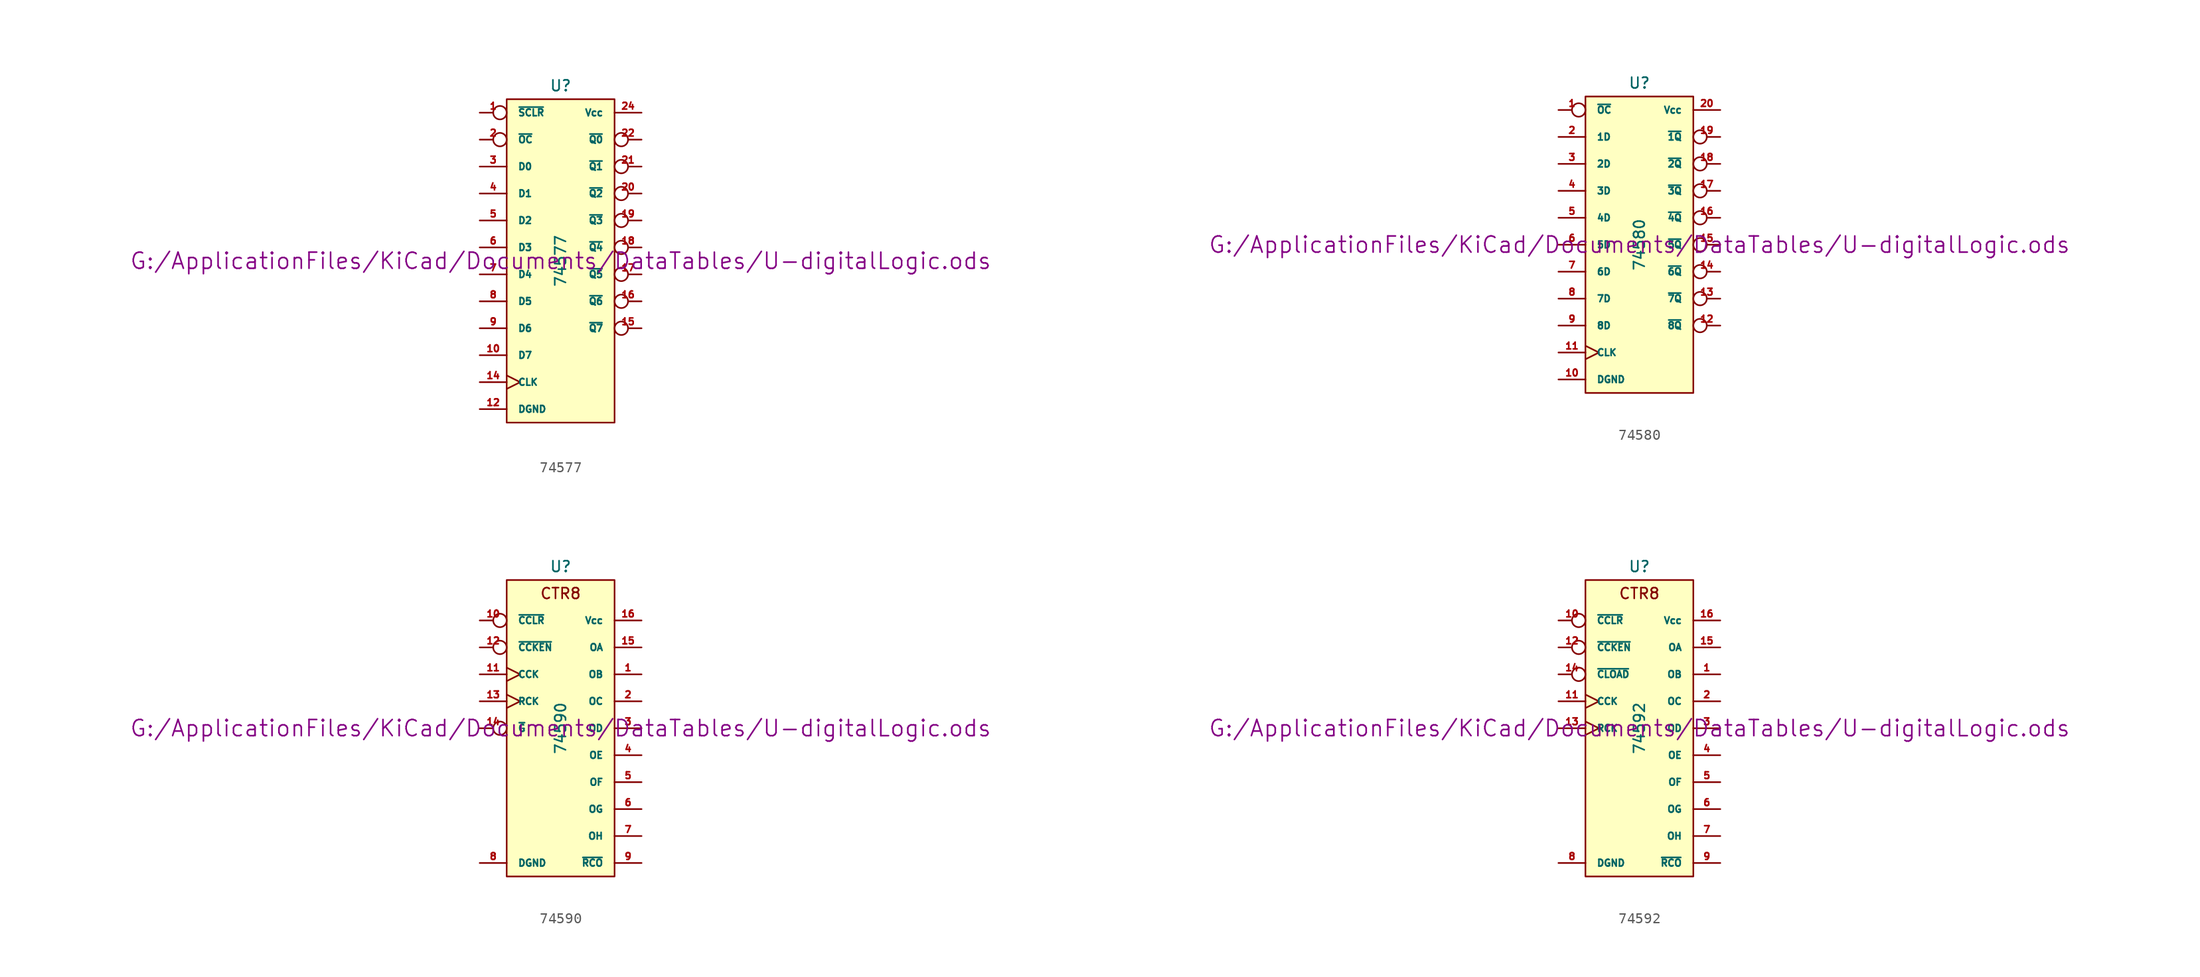
<source format=kicad_sym>
(kicad_symbol_lib
  (version 20211014)
  (generator kicad_symbol_editor)
  (symbol "74577"
    (pin_names
      (offset 1.016))
    (property "Reference" "U"
      (at 0 16.51 0)
      (effects (font (size 1.016 1.016))))
    (property "Value" "74577"
      (at 0 0 90)
      (effects (font (size 1.016 1.016))))
    (property "Footprint" ""
      (at 0 0 0)
      (effects (font (size 1.524 1.524))))
    (property "Datasheet" "G:/ApplicationFiles/KiCad/Documents/DataTables/U-digitalLogic.ods"
      (at 0 0 0)
      (effects (font (size 1.524 1.524))))
    (symbol "74577_0_1"
      (rectangle (start -5.08 15.24) (end 5.08 -15.24) (stroke (width 0) (type default) (color 0 0 0 0)) (fill (type background))))
    (symbol "74577_1_1"
      (pin input inverted (at -7.62 13.97 0) (length 2.54) (name "~{SCLR}" (effects (font (size 0.635 0.635)))) (number "1" (effects (font (size 0.635 0.635)))))
      (pin input line (at -7.62 -8.89 0) (length 2.54) (name "D7" (effects (font (size 0.635 0.635)))) (number "10" (effects (font (size 0.635 0.635)))))
      (pin power_in line (at -7.62 -13.97 0) (length 2.54) (name "DGND" (effects (font (size 0.635 0.635)))) (number "12" (effects (font (size 0.635 0.635)))))
      (pin input clock (at -7.62 -11.43 0) (length 2.54) (name "CLK" (effects (font (size 0.635 0.635)))) (number "14" (effects (font (size 0.635 0.635)))))
      (pin tri_state inverted (at 7.62 -6.35 180) (length 2.54) (name "~{Q7}" (effects (font (size 0.635 0.635)))) (number "15" (effects (font (size 0.635 0.635)))))
      (pin tri_state inverted (at 7.62 -3.81 180) (length 2.54) (name "~{Q6}" (effects (font (size 0.635 0.635)))) (number "16" (effects (font (size 0.635 0.635)))))
      (pin tri_state inverted (at 7.62 -1.27 180) (length 2.54) (name "~{Q5}" (effects (font (size 0.635 0.635)))) (number "17" (effects (font (size 0.635 0.635)))))
      (pin tri_state inverted (at 7.62 1.27 180) (length 2.54) (name "~{Q4}" (effects (font (size 0.635 0.635)))) (number "18" (effects (font (size 0.635 0.635)))))
      (pin tri_state inverted (at 7.62 3.81 180) (length 2.54) (name "~{Q3}" (effects (font (size 0.635 0.635)))) (number "19" (effects (font (size 0.635 0.635)))))
      (pin input inverted (at -7.62 11.43 0) (length 2.54) (name "~{OC}" (effects (font (size 0.635 0.635)))) (number "2" (effects (font (size 0.635 0.635)))))
      (pin tri_state inverted (at 7.62 6.35 180) (length 2.54) (name "~{Q2}" (effects (font (size 0.635 0.635)))) (number "20" (effects (font (size 0.635 0.635)))))
      (pin tri_state inverted (at 7.62 8.89 180) (length 2.54) (name "~{Q1}" (effects (font (size 0.635 0.635)))) (number "21" (effects (font (size 0.635 0.635)))))
      (pin tri_state inverted (at 7.62 11.43 180) (length 2.54) (name "~{Q0}" (effects (font (size 0.635 0.635)))) (number "22" (effects (font (size 0.635 0.635)))))
      (pin power_in line (at 7.62 13.97 180) (length 2.54) (name "Vcc" (effects (font (size 0.635 0.635)))) (number "24" (effects (font (size 0.635 0.635)))))
      (pin input line (at -7.62 8.89 0) (length 2.54) (name "D0" (effects (font (size 0.635 0.635)))) (number "3" (effects (font (size 0.635 0.635)))))
      (pin input line (at -7.62 6.35 0) (length 2.54) (name "D1" (effects (font (size 0.635 0.635)))) (number "4" (effects (font (size 0.635 0.635)))))
      (pin input line (at -7.62 3.81 0) (length 2.54) (name "D2" (effects (font (size 0.635 0.635)))) (number "5" (effects (font (size 0.635 0.635)))))
      (pin input line (at -7.62 1.27 0) (length 2.54) (name "D3" (effects (font (size 0.635 0.635)))) (number "6" (effects (font (size 0.635 0.635)))))
      (pin input line (at -7.62 -1.27 0) (length 2.54) (name "D4" (effects (font (size 0.635 0.635)))) (number "7" (effects (font (size 0.635 0.635)))))
      (pin input line (at -7.62 -3.81 0) (length 2.54) (name "D5" (effects (font (size 0.635 0.635)))) (number "8" (effects (font (size 0.635 0.635)))))
      (pin input line (at -7.62 -6.35 0) (length 2.54) (name "D6" (effects (font (size 0.635 0.635)))) (number "9" (effects (font (size 0.635 0.635)))))))
  (symbol "74580"
    (pin_names
      (offset 1.016))
    (property "Reference" "U"
      (at 0 15.24 0)
      (effects (font (size 1.016 1.016))))
    (property "Value" "74580"
      (at 0 0 90)
      (effects (font (size 1.016 1.016))))
    (property "Footprint" ""
      (at 0 0 0)
      (effects (font (size 1.524 1.524))))
    (property "Datasheet" "G:/ApplicationFiles/KiCad/Documents/DataTables/U-digitalLogic.ods"
      (at 0 0 0)
      (effects (font (size 1.524 1.524))))
    (symbol "74580_0_1"
      (rectangle (start -5.08 13.97) (end 5.08 -13.97) (stroke (width 0) (type default) (color 0 0 0 0)) (fill (type background))))
    (symbol "74580_1_1"
      (pin input inverted (at -7.62 12.7 0) (length 2.54) (name "~{OC}" (effects (font (size 0.635 0.635)))) (number "1" (effects (font (size 0.635 0.635)))))
      (pin power_in line (at -7.62 -12.7 0) (length 2.54) (name "DGND" (effects (font (size 0.635 0.635)))) (number "10" (effects (font (size 0.635 0.635)))))
      (pin input clock (at -7.62 -10.16 0) (length 2.54) (name "CLK" (effects (font (size 0.635 0.635)))) (number "11" (effects (font (size 0.635 0.635)))))
      (pin tri_state inverted (at 7.62 -7.62 180) (length 2.54) (name "~{8Q}" (effects (font (size 0.635 0.635)))) (number "12" (effects (font (size 0.635 0.635)))))
      (pin tri_state inverted (at 7.62 -5.08 180) (length 2.54) (name "~{7Q}" (effects (font (size 0.635 0.635)))) (number "13" (effects (font (size 0.635 0.635)))))
      (pin tri_state inverted (at 7.62 -2.54 180) (length 2.54) (name "~{6Q}" (effects (font (size 0.635 0.635)))) (number "14" (effects (font (size 0.635 0.635)))))
      (pin tri_state inverted (at 7.62 0 180) (length 2.54) (name "~{5Q}" (effects (font (size 0.635 0.635)))) (number "15" (effects (font (size 0.635 0.635)))))
      (pin tri_state inverted (at 7.62 2.54 180) (length 2.54) (name "~{4Q}" (effects (font (size 0.635 0.635)))) (number "16" (effects (font (size 0.635 0.635)))))
      (pin tri_state inverted (at 7.62 5.08 180) (length 2.54) (name "~{3Q}" (effects (font (size 0.635 0.635)))) (number "17" (effects (font (size 0.635 0.635)))))
      (pin tri_state inverted (at 7.62 7.62 180) (length 2.54) (name "~{2Q}" (effects (font (size 0.635 0.635)))) (number "18" (effects (font (size 0.635 0.635)))))
      (pin tri_state inverted (at 7.62 10.16 180) (length 2.54) (name "~{1Q}" (effects (font (size 0.635 0.635)))) (number "19" (effects (font (size 0.635 0.635)))))
      (pin input line (at -7.62 10.16 0) (length 2.54) (name "1D" (effects (font (size 0.635 0.635)))) (number "2" (effects (font (size 0.635 0.635)))))
      (pin power_in line (at 7.62 12.7 180) (length 2.54) (name "Vcc" (effects (font (size 0.635 0.635)))) (number "20" (effects (font (size 0.635 0.635)))))
      (pin input line (at -7.62 7.62 0) (length 2.54) (name "2D" (effects (font (size 0.635 0.635)))) (number "3" (effects (font (size 0.635 0.635)))))
      (pin input line (at -7.62 5.08 0) (length 2.54) (name "3D" (effects (font (size 0.635 0.635)))) (number "4" (effects (font (size 0.635 0.635)))))
      (pin input line (at -7.62 2.54 0) (length 2.54) (name "4D" (effects (font (size 0.635 0.635)))) (number "5" (effects (font (size 0.635 0.635)))))
      (pin input line (at -7.62 0 0) (length 2.54) (name "5D" (effects (font (size 0.635 0.635)))) (number "6" (effects (font (size 0.635 0.635)))))
      (pin input line (at -7.62 -2.54 0) (length 2.54) (name "6D" (effects (font (size 0.635 0.635)))) (number "7" (effects (font (size 0.635 0.635)))))
      (pin input line (at -7.62 -5.08 0) (length 2.54) (name "7D" (effects (font (size 0.635 0.635)))) (number "8" (effects (font (size 0.635 0.635)))))
      (pin input line (at -7.62 -7.62 0) (length 2.54) (name "8D" (effects (font (size 0.635 0.635)))) (number "9" (effects (font (size 0.635 0.635)))))))
  (symbol "74590"
    (pin_names
      (offset 1.016))
    (property "Reference" "U"
      (at 0 15.24 0)
      (effects (font (size 1.016 1.016))))
    (property "Value" "74590"
      (at 0 0 90)
      (effects (font (size 1.016 1.016))))
    (property "Footprint" ""
      (at 0 0 0)
      (effects (font (size 1.524 1.524))))
    (property "Datasheet" "G:/ApplicationFiles/KiCad/Documents/DataTables/U-digitalLogic.ods"
      (at 0 0 0)
      (effects (font (size 1.524 1.524))))
    (symbol "74590_0_0"
      (text "CTR8" (at 0 12.7 0) (effects (font (size 1.016 1.016)))))
    (symbol "74590_0_1"
      (rectangle (start -5.08 13.97) (end 5.08 -13.97) (stroke (width 0) (type default) (color 0 0 0 0)) (fill (type background))))
    (symbol "74590_1_1"
      (pin tri_state line (at 7.62 5.08 180) (length 2.54) (name "OB" (effects (font (size 0.635 0.635)))) (number "1" (effects (font (size 0.635 0.635)))))
      (pin input inverted (at -7.62 10.16 0) (length 2.54) (name "~{CCLR}" (effects (font (size 0.635 0.635)))) (number "10" (effects (font (size 0.635 0.635)))))
      (pin input clock (at -7.62 5.08 0) (length 2.54) (name "CCK" (effects (font (size 0.635 0.635)))) (number "11" (effects (font (size 0.635 0.635)))))
      (pin input inverted (at -7.62 7.62 0) (length 2.54) (name "~{CCKEN}" (effects (font (size 0.635 0.635)))) (number "12" (effects (font (size 0.635 0.635)))))
      (pin input clock (at -7.62 2.54 0) (length 2.54) (name "RCK" (effects (font (size 0.635 0.635)))) (number "13" (effects (font (size 0.635 0.635)))))
      (pin input inverted (at -7.62 0 0) (length 2.54) (name "~{G}" (effects (font (size 0.635 0.635)))) (number "14" (effects (font (size 0.635 0.635)))))
      (pin tri_state line (at 7.62 7.62 180) (length 2.54) (name "OA" (effects (font (size 0.635 0.635)))) (number "15" (effects (font (size 0.635 0.635)))))
      (pin power_in line (at 7.62 10.16 180) (length 2.54) (name "Vcc" (effects (font (size 0.635 0.635)))) (number "16" (effects (font (size 0.635 0.635)))))
      (pin tri_state line (at 7.62 2.54 180) (length 2.54) (name "OC" (effects (font (size 0.635 0.635)))) (number "2" (effects (font (size 0.635 0.635)))))
      (pin tri_state line (at 7.62 0 180) (length 2.54) (name "OD" (effects (font (size 0.635 0.635)))) (number "3" (effects (font (size 0.635 0.635)))))
      (pin tri_state line (at 7.62 -2.54 180) (length 2.54) (name "OE" (effects (font (size 0.635 0.635)))) (number "4" (effects (font (size 0.635 0.635)))))
      (pin tri_state line (at 7.62 -5.08 180) (length 2.54) (name "OF" (effects (font (size 0.635 0.635)))) (number "5" (effects (font (size 0.635 0.635)))))
      (pin tri_state line (at 7.62 -7.62 180) (length 2.54) (name "OG" (effects (font (size 0.635 0.635)))) (number "6" (effects (font (size 0.635 0.635)))))
      (pin tri_state line (at 7.62 -10.16 180) (length 2.54) (name "OH" (effects (font (size 0.635 0.635)))) (number "7" (effects (font (size 0.635 0.635)))))
      (pin power_in line (at -7.62 -12.7 0) (length 2.54) (name "DGND" (effects (font (size 0.635 0.635)))) (number "8" (effects (font (size 0.635 0.635)))))
      (pin output line (at 7.62 -12.7 180) (length 2.54) (name "~{RCO}" (effects (font (size 0.635 0.635)))) (number "9" (effects (font (size 0.635 0.635)))))))
  (symbol "74592"
    (pin_names
      (offset 1.016))
    (property "Reference" "U"
      (at 0 15.24 0)
      (effects (font (size 1.016 1.016))))
    (property "Value" "74592"
      (at 0 0 90)
      (effects (font (size 1.016 1.016))))
    (property "Footprint" ""
      (at 0 0 0)
      (effects (font (size 1.524 1.524))))
    (property "Datasheet" "G:/ApplicationFiles/KiCad/Documents/DataTables/U-digitalLogic.ods"
      (at 0 0 0)
      (effects (font (size 1.524 1.524))))
    (symbol "74592_0_0"
      (text "CTR8" (at 0 12.7 0) (effects (font (size 1.016 1.016)))))
    (symbol "74592_0_1"
      (rectangle (start -5.08 13.97) (end 5.08 -13.97) (stroke (width 0) (type default) (color 0 0 0 0)) (fill (type background))))
    (symbol "74592_1_1"
      (pin input line (at 7.62 5.08 180) (length 2.54) (name "OB" (effects (font (size 0.635 0.635)))) (number "1" (effects (font (size 0.635 0.635)))))
      (pin input inverted (at -7.62 10.16 0) (length 2.54) (name "~{CCLR}" (effects (font (size 0.635 0.635)))) (number "10" (effects (font (size 0.635 0.635)))))
      (pin input clock (at -7.62 2.54 0) (length 2.54) (name "CCK" (effects (font (size 0.635 0.635)))) (number "11" (effects (font (size 0.635 0.635)))))
      (pin input inverted (at -7.62 7.62 0) (length 2.54) (name "~{CCKEN}" (effects (font (size 0.635 0.635)))) (number "12" (effects (font (size 0.635 0.635)))))
      (pin input clock (at -7.62 0 0) (length 2.54) (name "RCK" (effects (font (size 0.635 0.635)))) (number "13" (effects (font (size 0.635 0.635)))))
      (pin input inverted (at -7.62 5.08 0) (length 2.54) (name "~{CLOAD}" (effects (font (size 0.635 0.635)))) (number "14" (effects (font (size 0.635 0.635)))))
      (pin input line (at 7.62 7.62 180) (length 2.54) (name "OA" (effects (font (size 0.635 0.635)))) (number "15" (effects (font (size 0.635 0.635)))))
      (pin power_in line (at 7.62 10.16 180) (length 2.54) (name "Vcc" (effects (font (size 0.635 0.635)))) (number "16" (effects (font (size 0.635 0.635)))))
      (pin input line (at 7.62 2.54 180) (length 2.54) (name "OC" (effects (font (size 0.635 0.635)))) (number "2" (effects (font (size 0.635 0.635)))))
      (pin input line (at 7.62 0 180) (length 2.54) (name "OD" (effects (font (size 0.635 0.635)))) (number "3" (effects (font (size 0.635 0.635)))))
      (pin input line (at 7.62 -2.54 180) (length 2.54) (name "OE" (effects (font (size 0.635 0.635)))) (number "4" (effects (font (size 0.635 0.635)))))
      (pin input line (at 7.62 -5.08 180) (length 2.54) (name "OF" (effects (font (size 0.635 0.635)))) (number "5" (effects (font (size 0.635 0.635)))))
      (pin input line (at 7.62 -7.62 180) (length 2.54) (name "OG" (effects (font (size 0.635 0.635)))) (number "6" (effects (font (size 0.635 0.635)))))
      (pin input line (at 7.62 -10.16 180) (length 2.54) (name "OH" (effects (font (size 0.635 0.635)))) (number "7" (effects (font (size 0.635 0.635)))))
      (pin power_in line (at -7.62 -12.7 0) (length 2.54) (name "DGND" (effects (font (size 0.635 0.635)))) (number "8" (effects (font (size 0.635 0.635)))))
      (pin output line (at 7.62 -12.7 180) (length 2.54) (name "~{RCO}" (effects (font (size 0.635 0.635)))) (number "9" (effects (font (size 0.635 0.635))))))))
</source>
